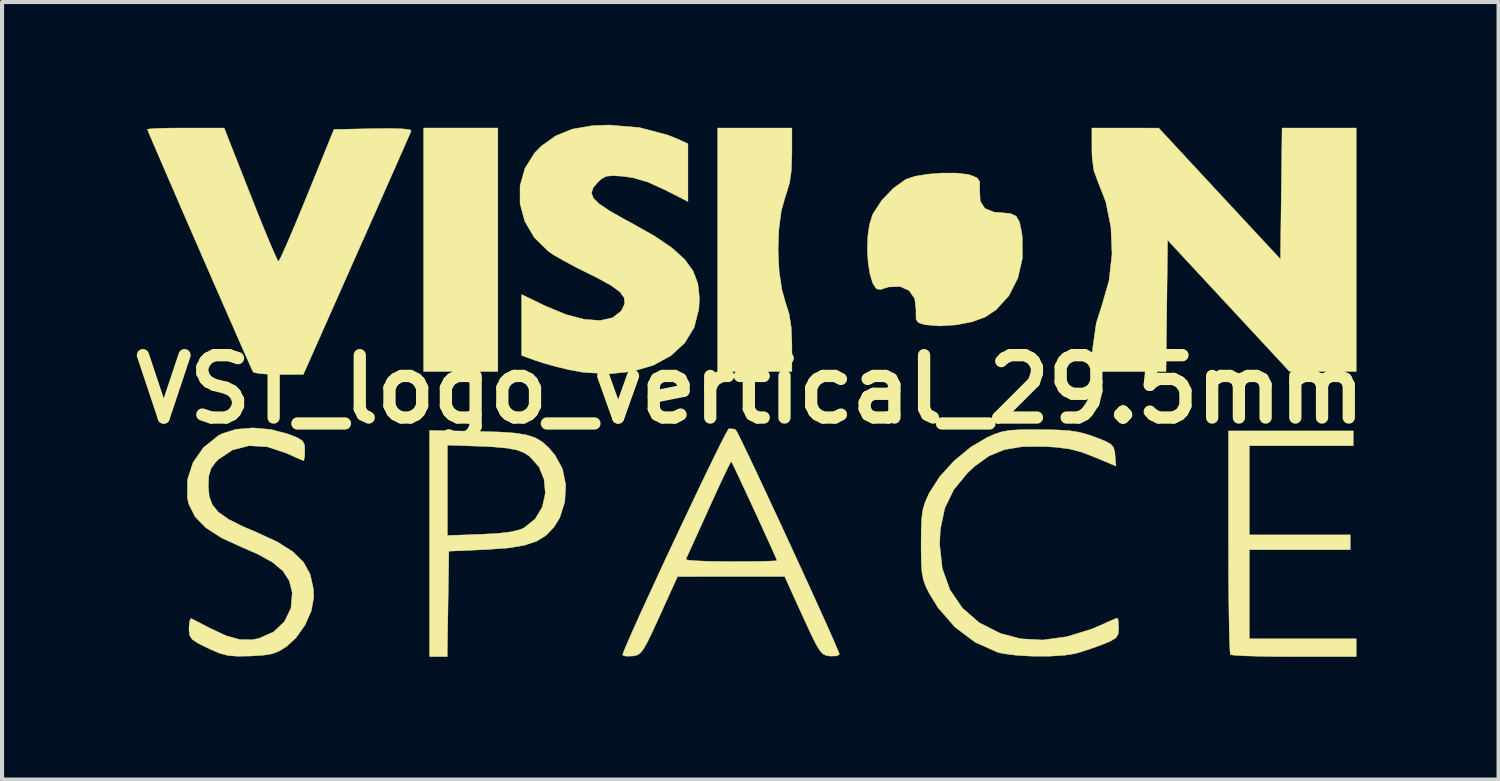
<source format=kicad_pcb>
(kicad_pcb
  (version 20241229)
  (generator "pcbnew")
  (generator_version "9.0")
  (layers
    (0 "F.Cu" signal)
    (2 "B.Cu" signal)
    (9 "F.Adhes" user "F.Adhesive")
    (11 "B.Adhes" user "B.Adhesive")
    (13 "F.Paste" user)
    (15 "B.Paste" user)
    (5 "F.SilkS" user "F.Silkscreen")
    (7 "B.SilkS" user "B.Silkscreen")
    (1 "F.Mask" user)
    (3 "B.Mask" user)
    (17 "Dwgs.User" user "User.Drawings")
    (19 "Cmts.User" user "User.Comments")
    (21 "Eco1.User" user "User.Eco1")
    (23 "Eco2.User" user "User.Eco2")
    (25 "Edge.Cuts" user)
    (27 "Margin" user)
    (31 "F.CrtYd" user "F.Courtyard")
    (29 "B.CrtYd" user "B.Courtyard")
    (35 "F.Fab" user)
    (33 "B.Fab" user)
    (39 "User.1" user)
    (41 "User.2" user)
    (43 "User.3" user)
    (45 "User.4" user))
  (footprint "VST_logo_vertical_29.5mm"
    (layer "F.Cu")
    (at 15.284 6.463)
    (property "Reference" "VST_logo_vertical_29.5mm" (at 0 0 0) (layer "F.SilkS") (effects (font (size 1.524 1.524) (thickness 0.3))))
    (attr through_hole)
    (fp_poly (pts (xy -6.169 -0.435) (xy -7.983 -0.435) (xy -7.983 -6.386) (xy -6.169 -6.386) (xy -6.169 -0.435)) (stroke (width 0.01) (type solid)) (fill yes) (layer "F.SilkS"))
    (fp_poly (pts (xy 1.016 -5.751) (xy 1.003 -5.356) (xy 0.96 -5.048) (xy 0.876 -4.77) (xy 0.856 -4.717) (xy 0.755 -4.353) (xy 0.696 -3.897) (xy 0.679 -3.395) (xy 0.703 -2.894) (xy 0.769 -2.442) (xy 0.853 -2.143) (xy 0.949 -1.835) (xy 1 -1.509) (xy 1.016 -1.106) (xy 1.016 -1.073) (xy 1.016 -0.435) (xy -0.798 -0.435) (xy -0.798 -6.386) (xy 1.016 -6.386) (xy 1.016 -5.751)) (stroke (width 0.01) (type solid)) (fill yes) (layer "F.SilkS"))
    (fp_poly (pts (xy 14.732 1.379) (xy 12.192 1.379) (xy 12.192 3.556) (xy 14.659 3.556) (xy 14.659 3.919) (xy 12.192 3.919) (xy 12.192 6.096) (xy 14.805 6.096) (xy 14.805 6.531) (xy 13.293 6.531) (xy 12.838 6.529) (xy 12.434 6.523) (xy 12.102 6.513) (xy 11.864 6.501) (xy 11.742 6.487) (xy 11.732 6.483) (xy 11.721 6.402) (xy 11.711 6.192) (xy 11.702 5.869) (xy 11.695 5.451) (xy 11.689 4.952) (xy 11.685 4.389) (xy 11.684 3.779) (xy 11.684 3.725) (xy 11.684 1.016) (xy 14.732 1.016) (xy 14.732 1.379)) (stroke (width 0.01) (type solid)) (fill yes) (layer "F.SilkS"))
    (fp_poly (pts (xy 14.805 -0.435) (xy 13.988 -0.438) (xy 13.172 -0.44) (xy 11.684 -2.043) (xy 10.196 -3.647) (xy 10.157 -0.435) (xy 8.335 -0.435) (xy 8.365 -0.998) (xy 8.453 -1.619) (xy 8.596 -2.068) (xy 8.767 -2.665) (xy 8.838 -3.309) (xy 8.811 -3.961) (xy 8.686 -4.58) (xy 8.492 -5.079) (xy 8.395 -5.341) (xy 8.351 -5.669) (xy 8.346 -5.875) (xy 8.346 -6.386) (xy 9.162 -6.385) (xy 9.979 -6.384) (xy 11.466 -4.781) (xy 12.954 -3.179) (xy 12.974 -4.782) (xy 12.993 -6.386) (xy 14.805 -6.386) (xy 14.805 -0.435)) (stroke (width 0.01) (type solid)) (fill yes) (layer "F.SilkS"))
    (fp_poly (pts (xy -6.658 1.028) (xy -6.155 1.042) (xy -5.771 1.067) (xy -5.482 1.111) (xy -5.262 1.18) (xy -5.085 1.283) (xy -4.927 1.427) (xy -4.775 1.604) (xy -4.591 1.94) (xy -4.51 2.335) (xy -4.533 2.749) (xy -4.657 3.14) (xy -4.801 3.372) (xy -4.989 3.567) (xy -5.22 3.711) (xy -5.519 3.811) (xy -5.909 3.876) (xy -6.417 3.913) (xy -6.459 3.915) (xy -7.366 3.955) (xy -7.386 5.243) (xy -7.406 6.531) (xy -7.838 6.531) (xy -7.838 3.572) (xy -7.402 3.572) (xy -6.586 3.543) (xy -6.156 3.519) (xy -5.845 3.482) (xy -5.626 3.428) (xy -5.53 3.386) (xy -5.256 3.166) (xy -5.082 2.874) (xy -5.009 2.542) (xy -5.038 2.204) (xy -5.167 1.89) (xy -5.397 1.635) (xy -5.53 1.549) (xy -5.706 1.482) (xy -5.96 1.435) (xy -6.317 1.404) (xy -6.586 1.392) (xy -7.402 1.363) (xy -7.402 3.572) (xy -7.838 3.572) (xy -7.838 1.004) (xy -6.658 1.028)) (stroke (width 0.01) (type solid)) (fill yes) (layer "F.SilkS"))
    (fp_poly (pts (xy 5.033 -5.284) (xy 5.31 -5.252) (xy 5.381 -5.234) (xy 5.543 -5.167) (xy 5.605 -5.075) (xy 5.605 -4.903) (xy 5.603 -4.88) (xy 5.618 -4.6) (xy 5.731 -4.42) (xy 5.953 -4.331) (xy 6.13 -4.316) (xy 6.354 -4.297) (xy 6.494 -4.232) (xy 6.577 -4.091) (xy 6.629 -3.844) (xy 6.644 -3.73) (xy 6.649 -3.206) (xy 6.537 -2.718) (xy 6.32 -2.29) (xy 6.007 -1.945) (xy 5.731 -1.763) (xy 5.416 -1.649) (xy 5.025 -1.574) (xy 4.624 -1.548) (xy 4.278 -1.577) (xy 4.245 -1.584) (xy 4.106 -1.63) (xy 4.05 -1.711) (xy 4.047 -1.877) (xy 4.05 -1.926) (xy 4.018 -2.213) (xy 3.881 -2.413) (xy 3.661 -2.512) (xy 3.375 -2.501) (xy 3.185 -2.438) (xy 3.08 -2.456) (xy 2.992 -2.591) (xy 2.924 -2.814) (xy 2.879 -3.098) (xy 2.86 -3.413) (xy 2.87 -3.732) (xy 2.912 -4.026) (xy 2.988 -4.268) (xy 2.998 -4.29) (xy 3.21 -4.615) (xy 3.496 -4.914) (xy 3.8 -5.131) (xy 3.806 -5.134) (xy 4.027 -5.207) (xy 4.34 -5.258) (xy 4.693 -5.285) (xy 5.033 -5.284)) (stroke (width 0.01) (type solid)) (fill yes) (layer "F.SilkS"))
    (fp_poly (pts (xy -12.216 -4.756) (xy -12.036 -4.302) (xy -11.872 -3.897) (xy -11.731 -3.558) (xy -11.622 -3.305) (xy -11.552 -3.156) (xy -11.531 -3.123) (xy -11.492 -3.187) (xy -11.408 -3.367) (xy -11.285 -3.645) (xy -11.133 -4.002) (xy -10.959 -4.421) (xy -10.83 -4.735) (xy -10.174 -6.35) (xy -9.217 -6.37) (xy -8.81 -6.374) (xy -8.511 -6.366) (xy -8.332 -6.347) (xy -8.285 -6.32) (xy -8.318 -6.241) (xy -8.405 -6.043) (xy -8.538 -5.74) (xy -8.712 -5.346) (xy -8.921 -4.874) (xy -9.158 -4.338) (xy -9.418 -3.752) (xy -9.616 -3.307) (xy -10.922 -0.363) (xy -11.516 -0.363) (xy -11.795 -0.37) (xy -12.014 -0.388) (xy -12.136 -0.414) (xy -12.148 -0.423) (xy -12.186 -0.503) (xy -12.273 -0.698) (xy -12.404 -0.993) (xy -12.57 -1.37) (xy -12.764 -1.812) (xy -12.98 -2.305) (xy -13.21 -2.831) (xy -13.446 -3.373) (xy -13.683 -3.916) (xy -13.912 -4.443) (xy -14.126 -4.938) (xy -14.319 -5.384) (xy -14.483 -5.764) (xy -14.612 -6.063) (xy -14.697 -6.264) (xy -14.732 -6.35) (xy -14.732 -6.352) (xy -14.664 -6.365) (xy -14.478 -6.376) (xy -14.201 -6.383) (xy -13.859 -6.386) (xy -13.795 -6.386) (xy -12.857 -6.386) (xy -12.216 -4.756)) (stroke (width 0.01) (type solid)) (fill yes) (layer "F.SilkS"))
    (fp_poly (pts (xy -2.709 -6.396) (xy -2.022 -6.215) (xy -1.796 -6.124) (xy -1.524 -6.001) (xy -1.524 -4.588) (xy -2.087 -4.875) (xy -2.503 -5.064) (xy -2.865 -5.17) (xy -3.097 -5.204) (xy -3.352 -5.221) (xy -3.512 -5.207) (xy -3.628 -5.15) (xy -3.73 -5.057) (xy -3.843 -4.921) (xy -3.881 -4.797) (xy -3.834 -4.67) (xy -3.691 -4.53) (xy -3.441 -4.362) (xy -3.073 -4.153) (xy -2.899 -4.06) (xy -2.344 -3.747) (xy -1.917 -3.458) (xy -1.606 -3.177) (xy -1.397 -2.89) (xy -1.281 -2.58) (xy -1.244 -2.233) (xy -1.258 -1.963) (xy -1.371 -1.515) (xy -1.604 -1.132) (xy -1.942 -0.821) (xy -2.372 -0.587) (xy -2.88 -0.437) (xy -3.453 -0.377) (xy -4.078 -0.415) (xy -4.426 -0.477) (xy -4.74 -0.553) (xy -5.057 -0.642) (xy -5.243 -0.703) (xy -5.588 -0.827) (xy -5.588 -2.317) (xy -5.007 -2.036) (xy -4.503 -1.827) (xy -4.052 -1.709) (xy -3.669 -1.682) (xy -3.367 -1.749) (xy -3.16 -1.909) (xy -3.144 -1.932) (xy -3.071 -2.091) (xy -3.081 -2.236) (xy -3.188 -2.381) (xy -3.403 -2.539) (xy -3.737 -2.723) (xy -3.934 -2.82) (xy -4.263 -2.984) (xy -4.57 -3.149) (xy -4.814 -3.29) (xy -4.933 -3.37) (xy -5.279 -3.709) (xy -5.511 -4.106) (xy -5.627 -4.536) (xy -5.627 -4.975) (xy -5.508 -5.397) (xy -5.27 -5.778) (xy -5.105 -5.945) (xy -4.751 -6.196) (xy -4.347 -6.359) (xy -3.863 -6.442) (xy -3.452 -6.458) (xy -2.709 -6.396)) (stroke (width 0.01) (type solid)) (fill yes) (layer "F.SilkS"))
    (fp_poly (pts (xy 7.076 0.984) (xy 7.481 0.991) (xy 7.783 1.009) (xy 8.025 1.046) (xy 8.247 1.105) (xy 8.418 1.166) (xy 8.667 1.263) (xy 8.81 1.341) (xy 8.88 1.427) (xy 8.907 1.55) (xy 8.912 1.61) (xy 8.934 1.876) (xy 8.404 1.653) (xy 8.089 1.532) (xy 7.798 1.457) (xy 7.47 1.415) (xy 7.185 1.397) (xy 6.647 1.4) (xy 6.207 1.474) (xy 5.829 1.63) (xy 5.479 1.882) (xy 5.308 2.042) (xy 4.969 2.455) (xy 4.751 2.905) (xy 4.643 3.422) (xy 4.625 3.782) (xy 4.69 4.376) (xy 4.879 4.901) (xy 5.184 5.347) (xy 5.596 5.704) (xy 6.105 5.962) (xy 6.605 6.095) (xy 7.146 6.125) (xy 7.737 6.044) (xy 8.342 5.857) (xy 8.542 5.772) (xy 8.758 5.675) (xy 8.914 5.608) (xy 8.971 5.588) (xy 8.99 5.652) (xy 8.999 5.808) (xy 8.999 5.834) (xy 8.988 5.978) (xy 8.933 6.073) (xy 8.8 6.153) (xy 8.618 6.229) (xy 8.34 6.331) (xy 8.063 6.421) (xy 7.947 6.455) (xy 7.672 6.499) (xy 7.309 6.521) (xy 6.907 6.522) (xy 6.518 6.501) (xy 6.191 6.46) (xy 6.042 6.425) (xy 5.493 6.18) (xy 5.002 5.812) (xy 4.588 5.337) (xy 4.372 4.987) (xy 4.285 4.81) (xy 4.228 4.65) (xy 4.194 4.469) (xy 4.178 4.23) (xy 4.173 3.894) (xy 4.173 3.774) (xy 4.176 3.401) (xy 4.189 3.134) (xy 4.218 2.933) (xy 4.27 2.761) (xy 4.351 2.578) (xy 4.373 2.532) (xy 4.628 2.134) (xy 4.982 1.746) (xy 5.392 1.408) (xy 5.787 1.175) (xy 5.979 1.091) (xy 6.151 1.035) (xy 6.341 1.002) (xy 6.587 0.987) (xy 6.926 0.984) (xy 7.076 0.984)) (stroke (width 0.01) (type solid)) (fill yes) (layer "F.SilkS"))
    (fp_poly (pts (xy -11.716 0.981) (xy -11.294 1.092) (xy -11.288 1.094) (xy -11.062 1.184) (xy -10.942 1.26) (xy -10.894 1.355) (xy -10.886 1.493) (xy -10.893 1.659) (xy -10.911 1.74) (xy -10.915 1.742) (xy -10.991 1.714) (xy -11.158 1.64) (xy -11.332 1.561) (xy -11.803 1.404) (xy -12.247 1.378) (xy -12.65 1.481) (xy -12.997 1.711) (xy -13.063 1.777) (xy -13.177 1.932) (xy -13.232 2.116) (xy -13.244 2.36) (xy -13.222 2.614) (xy -13.145 2.823) (xy -12.993 3.005) (xy -12.75 3.175) (xy -12.397 3.353) (xy -12.074 3.49) (xy -11.563 3.725) (xy -11.183 3.964) (xy -10.918 4.223) (xy -10.755 4.52) (xy -10.678 4.869) (xy -10.668 5.084) (xy -10.726 5.409) (xy -10.879 5.756) (xy -11.101 6.071) (xy -11.335 6.287) (xy -11.512 6.396) (xy -11.685 6.462) (xy -11.904 6.498) (xy -12.219 6.517) (xy -12.222 6.517) (xy -12.537 6.522) (xy -12.767 6.503) (xy -12.971 6.448) (xy -13.208 6.346) (xy -13.262 6.32) (xy -13.501 6.201) (xy -13.637 6.11) (xy -13.699 6.017) (xy -13.715 5.892) (xy -13.716 5.839) (xy -13.703 5.675) (xy -13.671 5.6) (xy -13.662 5.601) (xy -13.573 5.645) (xy -13.397 5.736) (xy -13.208 5.835) (xy -12.807 6.022) (xy -12.474 6.114) (xy -12.175 6.119) (xy -12.011 6.087) (xy -11.649 5.927) (xy -11.382 5.673) (xy -11.225 5.347) (xy -11.194 4.972) (xy -11.196 4.953) (xy -11.265 4.679) (xy -11.417 4.443) (xy -11.667 4.231) (xy -12.032 4.028) (xy -12.398 3.869) (xy -12.919 3.631) (xy -13.306 3.381) (xy -13.569 3.11) (xy -13.72 2.807) (xy -13.756 2.649) (xy -13.753 2.206) (xy -13.618 1.79) (xy -13.364 1.425) (xy -13.005 1.137) (xy -12.909 1.084) (xy -12.572 0.977) (xy -12.159 0.942) (xy -11.716 0.981)) (stroke (width 0.01) (type solid)) (fill yes) (layer "F.SilkS"))
    (fp_poly (pts (xy -0.391 0.971) (xy -0.352 0.998) (xy -0.307 1.077) (xy -0.211 1.271) (xy -0.07 1.563) (xy 0.107 1.935) (xy 0.311 2.37) (xy 0.536 2.852) (xy 0.774 3.363) (xy 1.015 3.886) (xy 1.254 4.405) (xy 1.481 4.901) (xy 1.689 5.359) (xy 1.87 5.76) (xy 2.016 6.089) (xy 2.119 6.327) (xy 2.172 6.458) (xy 2.177 6.476) (xy 2.114 6.514) (xy 1.962 6.519) (xy 1.946 6.518) (xy 1.852 6.503) (xy 1.774 6.464) (xy 1.697 6.38) (xy 1.608 6.233) (xy 1.491 5.999) (xy 1.334 5.66) (xy 1.276 5.534) (xy 0.838 4.572) (xy -0.47 4.573) (xy -1.778 4.574) (xy -2.214 5.535) (xy -2.386 5.909) (xy -2.513 6.172) (xy -2.609 6.343) (xy -2.688 6.444) (xy -2.764 6.494) (xy -2.852 6.514) (xy -2.886 6.518) (xy -3.045 6.52) (xy -3.12 6.494) (xy -3.121 6.491) (xy -3.091 6.401) (xy -3.006 6.198) (xy -2.875 5.9) (xy -2.706 5.523) (xy -2.505 5.085) (xy -2.282 4.601) (xy -2.075 4.155) (xy -1.577 4.155) (xy -1.519 4.173) (xy -1.339 4.189) (xy -1.061 4.201) (xy -0.71 4.208) (xy -0.476 4.209) (xy -0.09 4.208) (xy 0.24 4.203) (xy 0.488 4.197) (xy 0.629 4.189) (xy 0.653 4.183) (xy 0.624 4.113) (xy 0.546 3.936) (xy 0.429 3.679) (xy 0.287 3.367) (xy 0.13 3.026) (xy -0.03 2.68) (xy -0.181 2.357) (xy -0.31 2.08) (xy -0.407 1.876) (xy -0.46 1.769) (xy -0.465 1.76) (xy -0.5 1.817) (xy -0.583 1.985) (xy -0.707 2.245) (xy -0.86 2.575) (xy -1.017 2.921) (xy -1.19 3.304) (xy -1.343 3.641) (xy -1.465 3.911) (xy -1.547 4.09) (xy -1.577 4.155) (xy -2.075 4.155) (xy -2.044 4.088) (xy -1.798 3.564) (xy -1.553 3.046) (xy -1.317 2.549) (xy -1.098 2.091) (xy -0.902 1.689) (xy -0.74 1.36) (xy -0.617 1.119) (xy -0.542 0.985) (xy -0.525 0.962) (xy -0.391 0.971)) (stroke (width 0.01) (type solid)) (fill yes) (layer "F.SilkS")))
  (gr_rect
    (start -3 -3)
    (end 33.567 15.999)
    (stroke (width 0.1) (type default))
    (fill no)
    (layer "Edge.Cuts")))
</source>
